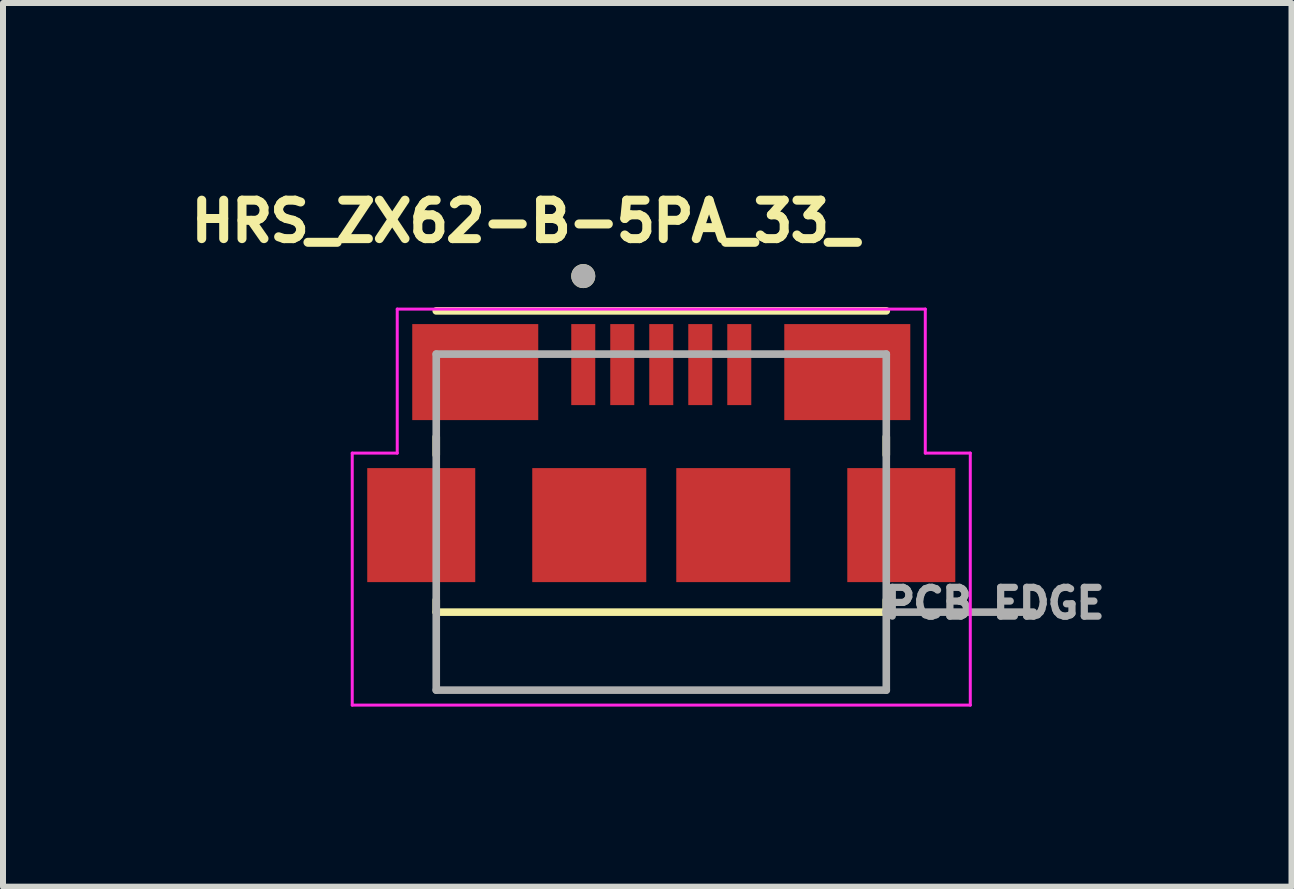
<source format=kicad_pcb>
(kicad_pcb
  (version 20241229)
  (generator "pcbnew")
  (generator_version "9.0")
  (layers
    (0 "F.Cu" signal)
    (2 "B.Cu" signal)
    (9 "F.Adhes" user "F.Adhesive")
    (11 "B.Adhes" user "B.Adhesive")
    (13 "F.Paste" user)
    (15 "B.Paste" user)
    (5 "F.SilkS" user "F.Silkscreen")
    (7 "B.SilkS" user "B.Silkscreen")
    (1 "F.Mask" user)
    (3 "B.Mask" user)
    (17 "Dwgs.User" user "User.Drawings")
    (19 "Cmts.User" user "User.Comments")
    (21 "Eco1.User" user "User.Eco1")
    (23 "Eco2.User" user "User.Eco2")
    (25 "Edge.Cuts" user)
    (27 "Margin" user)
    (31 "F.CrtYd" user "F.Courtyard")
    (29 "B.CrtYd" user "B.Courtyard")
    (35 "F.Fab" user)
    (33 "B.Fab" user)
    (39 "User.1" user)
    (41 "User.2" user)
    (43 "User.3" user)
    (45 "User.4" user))
  (footprint "HRS_ZX62-B-5PA_33_"
    (layer "F.Cu")
    (at 7.97 5.701)
    (property "Reference" "HRS_ZX62-B-5PA_33_" (at -2.271 -5.063 0) (layer "F.SilkS") (effects (font (size 0.641 0.641) (thickness 0.15))))
    (attr smd)
    (fp_line (start -3.75 -3.57) (end 3.75 -3.57) (stroke (width 0.127) (type solid)) (layer "F.SilkS"))
    (fp_line (start -3.75 -1.17) (end -3.75 -1.47) (stroke (width 0.127) (type solid)) (layer "F.SilkS"))
    (fp_line (start -3.75 1.25) (end -3.75 1.45) (stroke (width 0.127) (type solid)) (layer "F.SilkS"))
    (fp_line (start -3.75 1.45) (end 3.75 1.45) (stroke (width 0.127) (type solid)) (layer "F.SilkS"))
    (fp_line (start 3.75 -1.47) (end 3.75 -1.17) (stroke (width 0.127) (type solid)) (layer "F.SilkS"))
    (fp_line (start 3.75 1.45) (end 3.75 1.25) (stroke (width 0.127) (type solid)) (layer "F.SilkS"))
    (fp_circle (center -1.3 -4.15) (end -1.2 -4.15) (stroke (width 0.2) (type solid)) (fill no) (layer "F.SilkS"))
    (fp_line (start -5.15 -1.2) (end -4.4 -1.2) (stroke (width 0.05) (type solid)) (layer "F.CrtYd"))
    (fp_line (start -5.15 3) (end -5.15 -1.2) (stroke (width 0.05) (type solid)) (layer "F.CrtYd"))
    (fp_line (start -4.4 -3.6) (end 4.4 -3.6) (stroke (width 0.05) (type solid)) (layer "F.CrtYd"))
    (fp_line (start -4.4 -1.2) (end -4.4 -3.6) (stroke (width 0.05) (type solid)) (layer "F.CrtYd"))
    (fp_line (start 4.4 -3.6) (end 4.4 -1.2) (stroke (width 0.05) (type solid)) (layer "F.CrtYd"))
    (fp_line (start 4.4 -1.2) (end 5.15 -1.2) (stroke (width 0.05) (type solid)) (layer "F.CrtYd"))
    (fp_line (start 5.15 -1.2) (end 5.15 3) (stroke (width 0.05) (type solid)) (layer "F.CrtYd"))
    (fp_line (start 5.15 3) (end -5.15 3) (stroke (width 0.05) (type solid)) (layer "F.CrtYd"))
    (fp_line (start -3.75 -2.85) (end 3.75 -2.85) (stroke (width 0.127) (type solid)) (layer "F.Fab"))
    (fp_line (start -3.75 2.75) (end -3.75 -2.85) (stroke (width 0.127) (type solid)) (layer "F.Fab"))
    (fp_line (start 3.75 -2.85) (end 3.75 1.45) (stroke (width 0.127) (type solid)) (layer "F.Fab"))
    (fp_line (start 3.75 1.45) (end 3.75 2.75) (stroke (width 0.127) (type solid)) (layer "F.Fab"))
    (fp_line (start 3.75 1.45) (end 6.2 1.45) (stroke (width 0.127) (type solid)) (layer "F.Fab"))
    (fp_line (start 3.75 2.75) (end -3.75 2.75) (stroke (width 0.127) (type solid)) (layer "F.Fab"))
    (fp_circle (center -1.3 -4.15) (end -1.2 -4.15) (stroke (width 0.2) (type solid)) (fill no) (layer "F.Fab"))
    (fp_text user "PCB EDGE" (at 5.553 1.301 0) (layer "F.Fab") (effects (font (size 0.48 0.48) (thickness 0.15))))
    (pad "1" smd rect (at -1.3 -2.675 90) (size 1.35 0.4) (layers "F.Cu" "F.Mask" "F.Paste"))
    (pad "2" smd rect (at -0.65 -2.675 90) (size 1.35 0.4) (layers "F.Cu" "F.Mask" "F.Paste"))
    (pad "3" smd rect (at 0 -2.675 90) (size 1.35 0.4) (layers "F.Cu" "F.Mask" "F.Paste"))
    (pad "4" smd rect (at 0.65 -2.675 90) (size 1.35 0.4) (layers "F.Cu" "F.Mask" "F.Paste"))
    (pad "5" smd rect (at 1.3 -2.675 90) (size 1.35 0.4) (layers "F.Cu" "F.Mask" "F.Paste"))
    (pad "SH1" smd rect (at -3.1 -2.55 90) (size 1.6 2.1) (layers "F.Cu" "F.Mask" "F.Paste"))
    (pad "SH2" smd rect (at -4 0) (size 1.8 1.9) (layers "F.Cu" "F.Mask" "F.Paste"))
    (pad "SH3" smd rect (at -1.2 0) (size 1.9 1.9) (layers "F.Cu" "F.Mask" "F.Paste"))
    (pad "SH4" smd rect (at 1.2 0) (size 1.9 1.9) (layers "F.Cu" "F.Mask" "F.Paste"))
    (pad "SH5" smd rect (at 4 0) (size 1.8 1.9) (layers "F.Cu" "F.Mask" "F.Paste"))
    (pad "SH6" smd rect (at 3.1 -2.55 90) (size 1.6 2.1) (layers "F.Cu" "F.Mask" "F.Paste")))
  (gr_rect
    (start -3 -3)
    (end 18.473 11.726)
    (stroke (width 0.1) (type default))
    (fill no)
    (layer "Edge.Cuts")))
</source>
